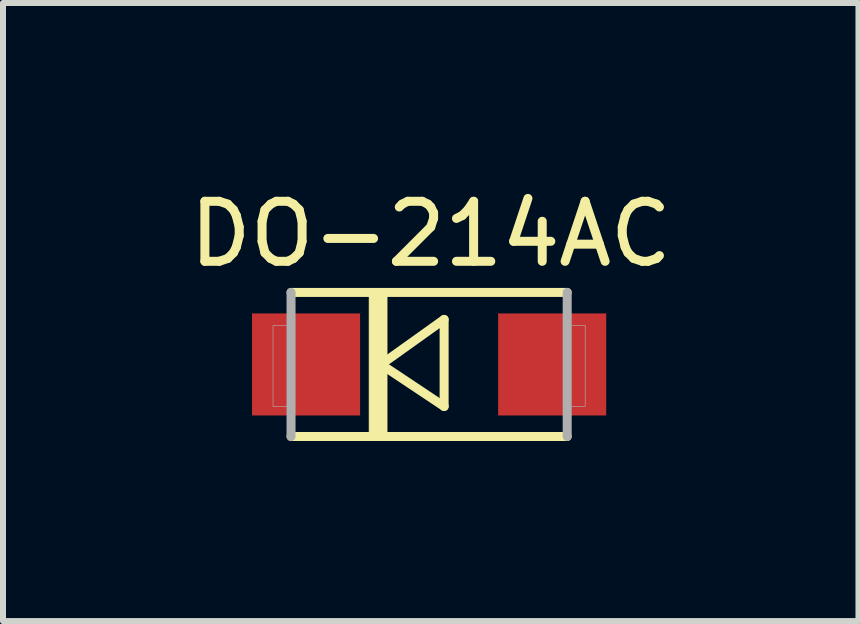
<source format=kicad_pcb>
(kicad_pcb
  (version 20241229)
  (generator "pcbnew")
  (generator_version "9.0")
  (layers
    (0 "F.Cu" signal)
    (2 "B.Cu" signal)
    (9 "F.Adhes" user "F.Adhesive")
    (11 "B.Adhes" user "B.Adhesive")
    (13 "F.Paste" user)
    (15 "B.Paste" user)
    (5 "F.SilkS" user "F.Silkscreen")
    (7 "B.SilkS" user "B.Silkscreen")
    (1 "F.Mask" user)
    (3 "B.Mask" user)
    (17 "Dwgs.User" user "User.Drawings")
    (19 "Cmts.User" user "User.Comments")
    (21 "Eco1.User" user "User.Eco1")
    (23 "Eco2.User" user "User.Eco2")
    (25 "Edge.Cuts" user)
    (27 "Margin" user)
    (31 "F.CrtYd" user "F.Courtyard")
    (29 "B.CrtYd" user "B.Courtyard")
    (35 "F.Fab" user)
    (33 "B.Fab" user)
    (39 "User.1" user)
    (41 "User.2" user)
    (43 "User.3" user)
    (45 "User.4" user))
  (footprint "DO-214AC"
    (layer "F.Cu")
    (at 4.098 3.021)
    (property "Reference" "DO-214AC" (at 0.027 -2.173 0) (layer "F.SilkS") (effects (font (size 1 1) (thickness 0.15))))
    (attr smd)
    (fp_line (start -2.3 -1.2) (end 2.3 -1.2) (stroke (width 0.15) (type solid)) (layer "F.SilkS"))
    (fp_line (start -0.8 0) (end 0.25 -0.75) (stroke (width 0.15) (type solid)) (layer "F.SilkS"))
    (fp_line (start 0.25 -0.75) (end 0.25 0.7) (stroke (width 0.15) (type solid)) (layer "F.SilkS"))
    (fp_line (start 0.25 0.7) (end -0.8 0) (stroke (width 0.15) (type solid)) (layer "F.SilkS"))
    (fp_line (start 2.3 1.2) (end -2.3 1.2) (stroke (width 0.15) (type solid)) (layer "F.SilkS"))
    (fp_poly (pts (xy -1 -1.15) (xy -0.7 -1.15) (xy -0.7 1.15) (xy -1 1.15)) (stroke (width 0.01) (type solid)) (fill yes) (layer "F.SilkS"))
    (fp_line (start -2.3 1.2) (end -2.3 -1.2) (stroke (width 0.15) (type solid)) (layer "F.Fab"))
    (fp_line (start 2.3 -1.2) (end 2.3 1.2) (stroke (width 0.15) (type solid)) (layer "F.Fab"))
    (fp_poly (pts (xy -2.6 -0.65) (xy -2.35 -0.65) (xy -2.35 0.7) (xy -2.6 0.7)) (stroke (width 0.01) (type solid)) (fill no) (layer "F.Fab"))
    (fp_poly (pts (xy 2.35 -0.65) (xy 2.6 -0.65) (xy 2.6 0.7) (xy 2.35 0.7)) (stroke (width 0.01) (type solid)) (fill no) (layer "F.Fab"))
    (pad "A" smd rect (at 2.05 0) (size 1.8 1.7) (layers "F.Cu" "F.Mask" "F.Paste"))
    (pad "K" smd rect (at -2.05 0) (size 1.8 1.7) (layers "F.Cu" "F.Mask" "F.Paste")))
  (gr_rect
    (start -3 -3)
    (end 11.25 7.296)
    (stroke (width 0.1) (type default))
    (fill no)
    (layer "Edge.Cuts")))
</source>
